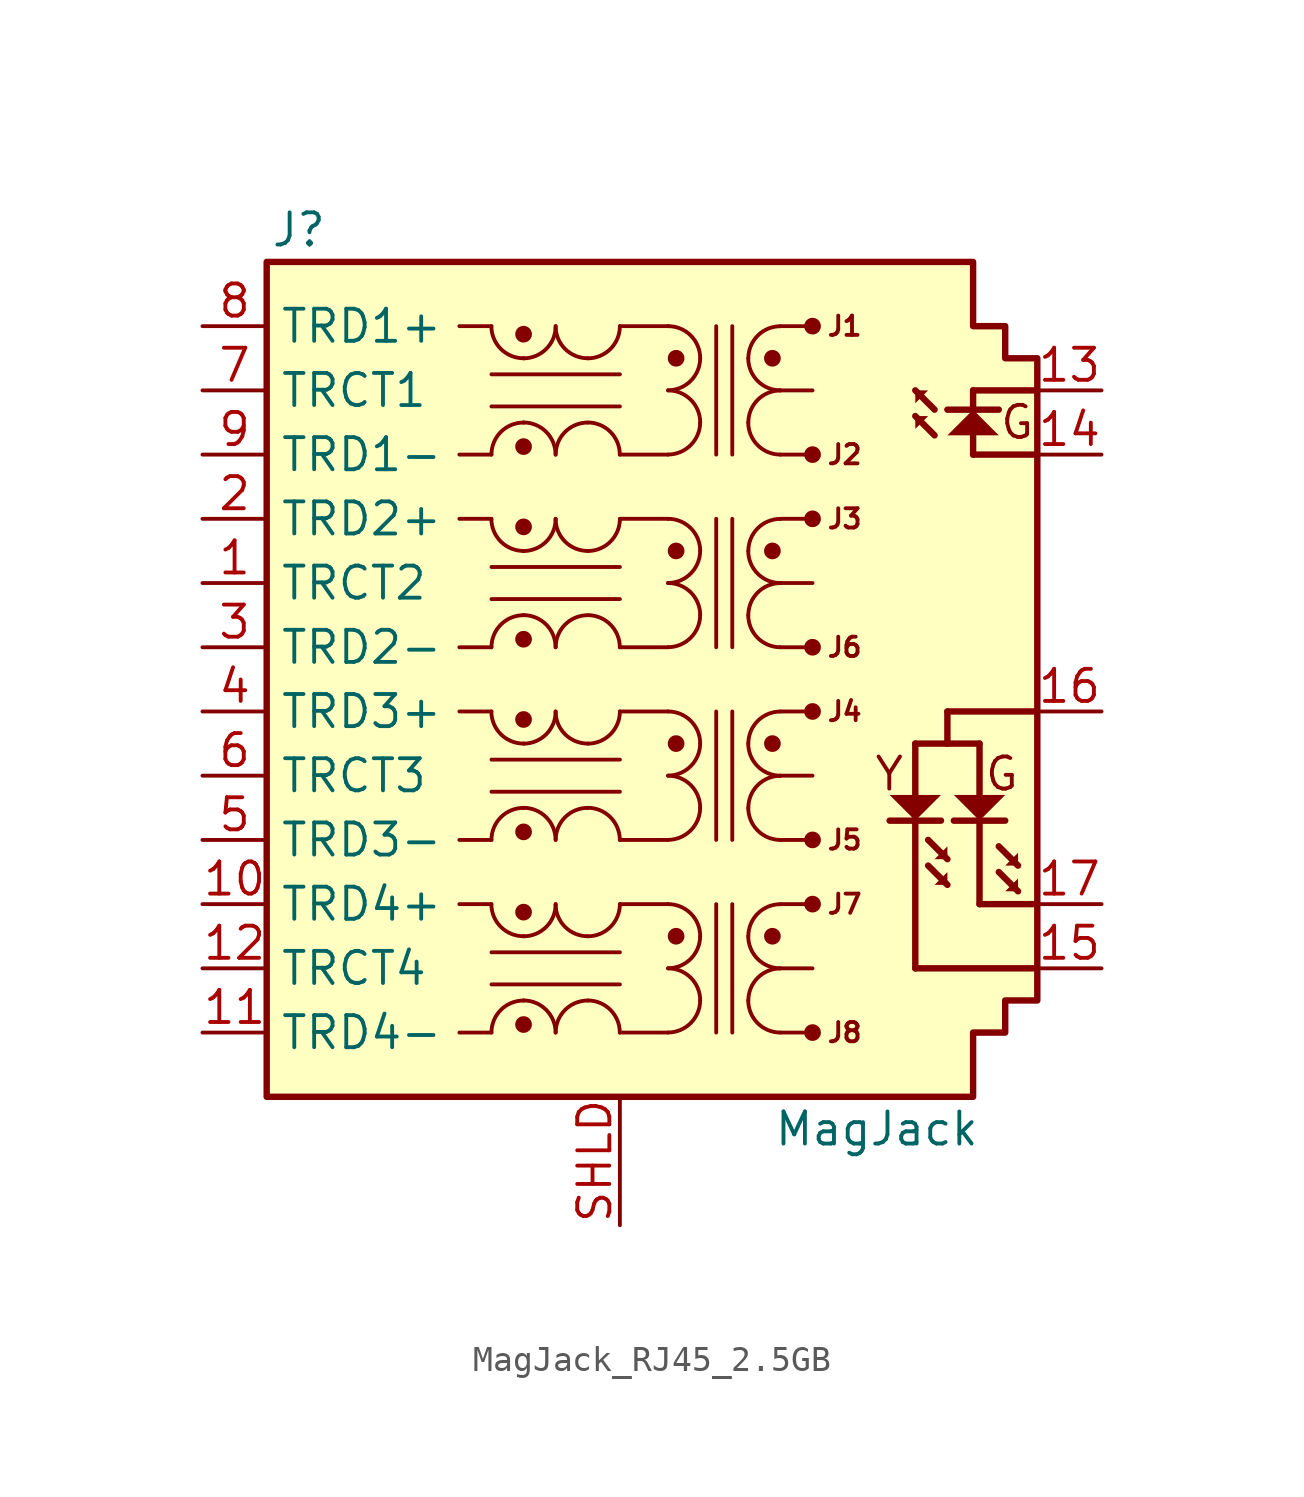
<source format=kicad_sym>
(kicad_symbol_lib
  (version 20231120)
  (generator "kicad_symbol_editor")
  (generator_version "8.0")
  (symbol "MagJack_RJ45_2.5GB"
    (property "Reference" "J"
      (at -12.7 17.78 0)
      (effects (font (size 1.27 1.27))))
    (property "Value" "MagJack"
      (at 10.16 -17.78 0)
      (effects (font (size 1.27 1.27))))
    (symbol "MagJack_RJ45_2.5GB_1_0"
      (polyline (pts (xy 11.684 -5.588) (xy 11.684 -11.43)) (stroke (width 0.254) (type solid)) (fill (type none)))
      (polyline (pts (xy 11.684 -2.54) (xy 11.684 -4.572)) (stroke (width 0.254) (type solid)) (fill (type none)))
      (polyline (pts (xy 11.684 10.414) (xy 12.446 9.652)) (stroke (width 0.254) (type solid)) (fill (type none)))
      (polyline (pts (xy 11.684 11.43) (xy 12.446 10.668)) (stroke (width 0.254) (type solid)) (fill (type none)))
      (polyline (pts (xy 12.7 -5.588) (xy 10.668 -5.588)) (stroke (width 0.254) (type solid)) (fill (type none)))
      (polyline (pts (xy 12.954 -8.128) (xy 12.192 -7.366)) (stroke (width 0.254) (type solid)) (fill (type none)))
      (polyline (pts (xy 12.954 -7.112) (xy 12.192 -6.35)) (stroke (width 0.254) (type solid)) (fill (type none)))
      (polyline (pts (xy 12.954 -1.27) (xy 12.954 -2.54)) (stroke (width 0.254) (type solid)) (fill (type none)))
      (polyline (pts (xy 12.954 -1.27) (xy 16.51 -1.27)) (stroke (width 0.254) (type solid)) (fill (type none)))
      (polyline (pts (xy 12.954 10.668) (xy 14.986 10.668)) (stroke (width 0.254) (type solid)) (fill (type none)))
      (polyline (pts (xy 13.208 -5.588) (xy 15.24 -5.588)) (stroke (width 0.254) (type solid)) (fill (type none)))
      (polyline (pts (xy 13.97 8.89) (xy 16.51 8.89)) (stroke (width 0.254) (type solid)) (fill (type none)))
      (polyline (pts (xy 13.97 9.652) (xy 13.97 8.89)) (stroke (width 0.254) (type solid)) (fill (type none)))
      (polyline (pts (xy 13.97 10.668) (xy 13.97 11.43)) (stroke (width 0.254) (type solid)) (fill (type none)))
      (polyline (pts (xy 13.97 11.43) (xy 16.51 11.43)) (stroke (width 0.254) (type solid)) (fill (type none)))
      (polyline (pts (xy 14.224 -8.89) (xy 16.51 -8.89)) (stroke (width 0.254) (type solid)) (fill (type none)))
      (polyline (pts (xy 14.224 -5.588) (xy 14.224 -8.89)) (stroke (width 0.254) (type solid)) (fill (type none)))
      (polyline (pts (xy 14.224 -4.572) (xy 14.224 -2.54)) (stroke (width 0.254) (type solid)) (fill (type none)))
      (polyline (pts (xy 14.224 -2.54) (xy 11.684 -2.54)) (stroke (width 0.254) (type solid)) (fill (type none)))
      (polyline (pts (xy 15.748 -8.382) (xy 14.986 -7.62)) (stroke (width 0.254) (type solid)) (fill (type none)))
      (polyline (pts (xy 15.748 -7.366) (xy 14.986 -6.604)) (stroke (width 0.254) (type solid)) (fill (type none)))
      (polyline (pts (xy 16.51 -11.43) (xy 11.684 -11.43)) (stroke (width 0.254) (type solid)) (fill (type none)))
      (polyline (pts (xy 11.684 -5.588) (xy 12.7 -4.572) (xy 10.668 -4.572) (xy 11.684 -5.588)) (stroke (width -0.0001) (type solid)) (fill (type outline)))
      (polyline (pts (xy 12.192 10.414) (xy 11.684 10.414) (xy 11.684 9.906) (xy 12.192 10.414)) (stroke (width -0.0001) (type solid)) (fill (type outline)))
      (polyline (pts (xy 12.192 11.43) (xy 11.684 11.43) (xy 11.684 10.922) (xy 12.192 11.43)) (stroke (width -0.0001) (type solid)) (fill (type outline)))
      (polyline (pts (xy 12.446 -8.128) (xy 12.954 -8.128) (xy 12.954 -7.62) (xy 12.446 -8.128)) (stroke (width -0.0001) (type solid)) (fill (type outline)))
      (polyline (pts (xy 12.446 -7.112) (xy 12.954 -7.112) (xy 12.954 -6.604) (xy 12.446 -7.112)) (stroke (width -0.0001) (type solid)) (fill (type outline)))
      (polyline (pts (xy 13.97 10.668) (xy 12.954 9.652) (xy 14.986 9.652) (xy 13.97 10.668)) (stroke (width -0.0001) (type solid)) (fill (type outline)))
      (polyline (pts (xy 14.224 -5.588) (xy 13.208 -4.572) (xy 15.24 -4.572) (xy 14.224 -5.588)) (stroke (width -0.0001) (type solid)) (fill (type outline)))
      (polyline (pts (xy 15.24 -8.382) (xy 15.748 -8.382) (xy 15.748 -7.874) (xy 15.24 -8.382)) (stroke (width -0.0001) (type solid)) (fill (type outline)))
      (polyline (pts (xy 15.24 -7.366) (xy 15.748 -7.366) (xy 15.748 -6.858) (xy 15.24 -7.366)) (stroke (width -0.0001) (type solid)) (fill (type outline)))
      (polyline (pts (xy -13.97 16.51) (xy 13.97 16.51) (xy 13.97 13.97) (xy 15.24 13.97) (xy 15.24 12.7) (xy 16.51 12.7) (xy 16.51 -12.7) (xy 15.24 -12.7) (xy 15.24 -13.97) (xy 13.97 -13.97) (xy 13.97 -16.51) (xy -13.97 -16.51) (xy -13.97 16.51)) (stroke (width 0.254) (type solid)) (fill (type background)))
      (text "G" (at 15.107 -3.741 0) (effects (font (size 1.27 1.27))))
      (text "G" (at 15.713 10.168 0) (effects (font (size 1.27 1.27))))
      (text "Y" (at 10.655 -3.741 0) (effects (font (size 1.27 1.27))))
      (pin passive line (at 19.05 11.43 180) (length 2.54) (name "13" (effects (font (size 0 0)))) (number "13" (effects (font (size 1.27 1.27)))))
      (pin passive line (at 19.05 8.89 180) (length 2.54) (name "14" (effects (font (size 0 0)))) (number "14" (effects (font (size 1.27 1.27)))))
      (pin passive line (at 19.05 -11.43 180) (length 2.54) (name "15" (effects (font (size 0 0)))) (number "15" (effects (font (size 1.27 1.27)))))
      (pin passive line (at 19.05 -1.27 180) (length 2.54) (name "16" (effects (font (size 0 0)))) (number "16" (effects (font (size 1.27 1.27)))))
      (pin passive line (at 19.05 -8.89 180) (length 2.54) (name "17" (effects (font (size 0 0)))) (number "17" (effects (font (size 1.27 1.27)))))
      (pin passive line (at 0 -21.59 90) (length 5.08) (name "SHLD" (effects (font (size 0 0)))) (number "SHLD" (effects (font (size 1.27 1.27))))))
    (symbol "MagJack_RJ45_2.5GB_1_1"
      (arc (start -5.08 -8.89) (mid -4.708 -9.788) (end -3.81 -10.16) (stroke (width 0) (type default)) (fill (type none)))
      (arc (start -5.08 -1.27) (mid -4.708 -2.168) (end -3.81 -2.54) (stroke (width 0) (type default)) (fill (type none)))
      (arc (start -5.08 6.35) (mid -4.708 5.452) (end -3.81 5.08) (stroke (width 0) (type default)) (fill (type none)))
      (arc (start -5.08 13.97) (mid -4.708 13.072) (end -3.81 12.7) (stroke (width 0) (type default)) (fill (type none)))
      (circle (center -3.81 -13.652) (radius 0.254) (stroke (width 0) (type default)) (fill (type outline)))
      (arc (start -3.81 -12.7) (mid -4.708 -13.072) (end -5.08 -13.97) (stroke (width 0) (type default)) (fill (type none)))
      (arc (start -3.81 -12.7) (mid -3.81 -12.7) (end -3.81 -12.7) (stroke (width 0) (type default)) (fill (type none)))
      (arc (start -3.81 -10.16) (mid -3.81 -10.16) (end -3.81 -10.16) (stroke (width 0) (type default)) (fill (type none)))
      (arc (start -3.81 -10.16) (mid -2.912 -9.788) (end -2.54 -8.89) (stroke (width 0) (type default)) (fill (type none)))
      (circle (center -3.81 -9.207) (radius 0.254) (stroke (width 0) (type default)) (fill (type outline)))
      (circle (center -3.81 -6.032) (radius 0.254) (stroke (width 0) (type default)) (fill (type outline)))
      (arc (start -3.81 -5.08) (mid -4.708 -5.452) (end -5.08 -6.35) (stroke (width 0) (type default)) (fill (type none)))
      (arc (start -3.81 -5.08) (mid -3.81 -5.08) (end -3.81 -5.08) (stroke (width 0) (type default)) (fill (type none)))
      (arc (start -3.81 -2.54) (mid -3.81 -2.54) (end -3.81 -2.54) (stroke (width 0) (type default)) (fill (type none)))
      (arc (start -3.81 -2.54) (mid -2.912 -2.168) (end -2.54 -1.27) (stroke (width 0) (type default)) (fill (type none)))
      (circle (center -3.81 -1.587) (radius 0.254) (stroke (width 0) (type default)) (fill (type outline)))
      (circle (center -3.81 1.587) (radius 0.254) (stroke (width 0) (type default)) (fill (type outline)))
      (arc (start -3.81 2.54) (mid -4.708 2.168) (end -5.08 1.27) (stroke (width 0) (type default)) (fill (type none)))
      (arc (start -3.81 2.54) (mid -3.81 2.54) (end -3.81 2.54) (stroke (width 0) (type default)) (fill (type none)))
      (arc (start -3.81 5.08) (mid -3.81 5.08) (end -3.81 5.08) (stroke (width 0) (type default)) (fill (type none)))
      (arc (start -3.81 5.08) (mid -2.912 5.452) (end -2.54 6.35) (stroke (width 0) (type default)) (fill (type none)))
      (circle (center -3.81 6.032) (radius 0.254) (stroke (width 0) (type default)) (fill (type outline)))
      (circle (center -3.81 9.207) (radius 0.254) (stroke (width 0) (type default)) (fill (type outline)))
      (arc (start -3.81 10.16) (mid -4.708 9.788) (end -5.08 8.89) (stroke (width 0) (type default)) (fill (type none)))
      (arc (start -3.81 10.16) (mid -3.81 10.16) (end -3.81 10.16) (stroke (width 0) (type default)) (fill (type none)))
      (arc (start -3.81 12.7) (mid -3.81 12.7) (end -3.81 12.7) (stroke (width 0) (type default)) (fill (type none)))
      (arc (start -3.81 12.7) (mid -2.912 13.072) (end -2.54 13.97) (stroke (width 0) (type default)) (fill (type none)))
      (circle (center -3.81 13.652) (radius 0.254) (stroke (width 0) (type default)) (fill (type outline)))
      (arc (start -2.54 -13.97) (mid -2.912 -13.072) (end -3.81 -12.7) (stroke (width 0) (type default)) (fill (type none)))
      (arc (start -2.54 -8.89) (mid -2.168 -9.788) (end -1.27 -10.16) (stroke (width 0) (type default)) (fill (type none)))
      (arc (start -2.54 -6.35) (mid -2.912 -5.452) (end -3.81 -5.08) (stroke (width 0) (type default)) (fill (type none)))
      (arc (start -2.54 -1.27) (mid -2.168 -2.168) (end -1.27 -2.54) (stroke (width 0) (type default)) (fill (type none)))
      (arc (start -2.54 1.27) (mid -2.912 2.168) (end -3.81 2.54) (stroke (width 0) (type default)) (fill (type none)))
      (arc (start -2.54 6.35) (mid -2.168 5.452) (end -1.27 5.08) (stroke (width 0) (type default)) (fill (type none)))
      (arc (start -2.54 8.89) (mid -2.912 9.788) (end -3.81 10.16) (stroke (width 0) (type default)) (fill (type none)))
      (arc (start -2.54 13.97) (mid -2.168 13.072) (end -1.27 12.7) (stroke (width 0) (type default)) (fill (type none)))
      (arc (start -1.27 -12.7) (mid -2.168 -13.072) (end -2.54 -13.97) (stroke (width 0) (type default)) (fill (type none)))
      (arc (start -1.27 -10.16) (mid -0.372 -9.788) (end 0 -8.89) (stroke (width 0) (type default)) (fill (type none)))
      (arc (start -1.27 -5.08) (mid -2.168 -5.452) (end -2.54 -6.35) (stroke (width 0) (type default)) (fill (type none)))
      (arc (start -1.27 -2.54) (mid -0.372 -2.168) (end 0 -1.27) (stroke (width 0) (type default)) (fill (type none)))
      (arc (start -1.27 2.54) (mid -2.168 2.168) (end -2.54 1.27) (stroke (width 0) (type default)) (fill (type none)))
      (arc (start -1.27 5.08) (mid -0.372 5.452) (end 0 6.35) (stroke (width 0) (type default)) (fill (type none)))
      (arc (start -1.27 10.16) (mid -2.168 9.788) (end -2.54 8.89) (stroke (width 0) (type default)) (fill (type none)))
      (arc (start -1.27 12.7) (mid -0.372 13.072) (end 0 13.97) (stroke (width 0) (type default)) (fill (type none)))
      (arc (start 0 -13.97) (mid -0.372 -13.072) (end -1.27 -12.7) (stroke (width 0) (type default)) (fill (type none)))
      (arc (start 0 -6.35) (mid -0.372 -5.452) (end -1.27 -5.08) (stroke (width 0) (type default)) (fill (type none)))
      (polyline (pts (xy -5.08 -13.97) (xy -6.35 -13.97)) (stroke (width 0) (type default)) (fill (type none)))
      (polyline (pts (xy -5.08 -12.065) (xy 0 -12.065)) (stroke (width 0) (type default)) (fill (type none)))
      (polyline (pts (xy -5.08 -10.795) (xy 0 -10.795)) (stroke (width 0) (type default)) (fill (type none)))
      (polyline (pts (xy -5.08 -8.89) (xy -6.35 -8.89)) (stroke (width 0) (type default)) (fill (type none)))
      (polyline (pts (xy -5.08 -6.35) (xy -6.35 -6.35)) (stroke (width 0) (type default)) (fill (type none)))
      (polyline (pts (xy -5.08 -4.445) (xy 0 -4.445)) (stroke (width 0) (type default)) (fill (type none)))
      (polyline (pts (xy -5.08 -3.175) (xy 0 -3.175)) (stroke (width 0) (type default)) (fill (type none)))
      (polyline (pts (xy -5.08 -1.27) (xy -6.35 -1.27)) (stroke (width 0) (type default)) (fill (type none)))
      (polyline (pts (xy -5.08 1.27) (xy -6.35 1.27)) (stroke (width 0) (type default)) (fill (type none)))
      (polyline (pts (xy -5.08 3.175) (xy 0 3.175)) (stroke (width 0) (type default)) (fill (type none)))
      (polyline (pts (xy -5.08 4.445) (xy 0 4.445)) (stroke (width 0) (type default)) (fill (type none)))
      (polyline (pts (xy -5.08 6.35) (xy -6.35 6.35)) (stroke (width 0) (type default)) (fill (type none)))
      (polyline (pts (xy -5.08 8.89) (xy -6.35 8.89)) (stroke (width 0) (type default)) (fill (type none)))
      (polyline (pts (xy -5.08 10.795) (xy 0 10.795)) (stroke (width 0) (type default)) (fill (type none)))
      (polyline (pts (xy -5.08 12.065) (xy 0 12.065)) (stroke (width 0) (type default)) (fill (type none)))
      (polyline (pts (xy -5.08 13.97) (xy -6.35 13.97)) (stroke (width 0) (type default)) (fill (type none)))
      (polyline (pts (xy 1.905 -13.97) (xy 0 -13.97)) (stroke (width 0) (type default)) (fill (type none)))
      (polyline (pts (xy 1.905 -8.89) (xy 0 -8.89)) (stroke (width 0) (type default)) (fill (type none)))
      (polyline (pts (xy 1.905 -6.35) (xy 0 -6.35)) (stroke (width 0) (type default)) (fill (type none)))
      (polyline (pts (xy 1.905 -1.27) (xy 0 -1.27)) (stroke (width 0) (type default)) (fill (type none)))
      (polyline (pts (xy 1.905 1.27) (xy 0 1.27)) (stroke (width 0) (type default)) (fill (type none)))
      (polyline (pts (xy 1.905 6.35) (xy 0 6.35)) (stroke (width 0) (type default)) (fill (type none)))
      (polyline (pts (xy 1.905 8.89) (xy 0 8.89)) (stroke (width 0) (type default)) (fill (type none)))
      (polyline (pts (xy 1.905 13.97) (xy 0 13.97)) (stroke (width 0) (type default)) (fill (type none)))
      (polyline (pts (xy 3.81 -8.89) (xy 3.81 -13.97)) (stroke (width 0) (type default)) (fill (type none)))
      (polyline (pts (xy 3.81 -1.27) (xy 3.81 -6.35)) (stroke (width 0) (type default)) (fill (type none)))
      (polyline (pts (xy 3.81 6.35) (xy 3.81 1.27)) (stroke (width 0) (type default)) (fill (type none)))
      (polyline (pts (xy 3.81 13.97) (xy 3.81 8.89)) (stroke (width 0) (type default)) (fill (type none)))
      (polyline (pts (xy 4.445 -8.89) (xy 4.445 -13.97)) (stroke (width 0) (type default)) (fill (type none)))
      (polyline (pts (xy 4.445 -1.27) (xy 4.445 -6.35)) (stroke (width 0) (type default)) (fill (type none)))
      (polyline (pts (xy 4.445 6.35) (xy 4.445 1.27)) (stroke (width 0) (type default)) (fill (type none)))
      (polyline (pts (xy 4.445 13.97) (xy 4.445 8.89)) (stroke (width 0) (type default)) (fill (type none)))
      (polyline (pts (xy 6.35 -13.97) (xy 7.62 -13.97)) (stroke (width 0) (type default)) (fill (type none)))
      (polyline (pts (xy 6.35 -11.43) (xy 7.62 -11.43)) (stroke (width 0) (type default)) (fill (type none)))
      (polyline (pts (xy 6.35 -6.35) (xy 7.62 -6.35)) (stroke (width 0) (type default)) (fill (type none)))
      (polyline (pts (xy 6.35 -3.81) (xy 7.62 -3.81)) (stroke (width 0) (type default)) (fill (type none)))
      (polyline (pts (xy 6.35 1.27) (xy 7.62 1.27)) (stroke (width 0) (type default)) (fill (type none)))
      (polyline (pts (xy 6.35 3.81) (xy 7.62 3.81)) (stroke (width 0) (type default)) (fill (type none)))
      (polyline (pts (xy 6.35 8.89) (xy 7.62 8.89)) (stroke (width 0) (type default)) (fill (type none)))
      (polyline (pts (xy 6.35 11.43) (xy 7.62 11.43)) (stroke (width 0) (type default)) (fill (type none)))
      (polyline (pts (xy 7.62 -8.89) (xy 6.35 -8.89)) (stroke (width 0) (type default)) (fill (type none)))
      (polyline (pts (xy 7.62 -1.27) (xy 6.35 -1.27)) (stroke (width 0) (type default)) (fill (type none)))
      (polyline (pts (xy 7.62 6.35) (xy 6.35 6.35)) (stroke (width 0) (type default)) (fill (type none)))
      (polyline (pts (xy 7.62 13.97) (xy 6.35 13.97)) (stroke (width 0) (type default)) (fill (type none)))
      (arc (start 0 1.27) (mid -0.372 2.168) (end -1.27 2.54) (stroke (width 0) (type default)) (fill (type none)))
      (arc (start 0 8.89) (mid -0.372 9.788) (end -1.27 10.16) (stroke (width 0) (type default)) (fill (type none)))
      (arc (start 1.905 -13.97) (mid 2.8006 -13.5956) (end 3.175 -12.7) (stroke (width 0) (type default)) (fill (type none)))
      (arc (start 1.905 -11.43) (mid 2.8006 -11.0556) (end 3.175 -10.16) (stroke (width 0) (type default)) (fill (type none)))
      (arc (start 1.905 -6.35) (mid 2.8006 -5.9756) (end 3.175 -5.08) (stroke (width 0) (type default)) (fill (type none)))
      (arc (start 1.905 -3.81) (mid 2.8006 -3.4356) (end 3.175 -2.54) (stroke (width 0) (type default)) (fill (type none)))
      (arc (start 1.905 1.27) (mid 2.7998 1.6437) (end 3.175 2.54) (stroke (width 0) (type default)) (fill (type none)))
      (arc (start 1.905 3.81) (mid 2.7998 4.1837) (end 3.175 5.08) (stroke (width 0) (type default)) (fill (type none)))
      (arc (start 1.905 8.89) (mid 2.7998 9.2637) (end 3.175 10.16) (stroke (width 0) (type default)) (fill (type none)))
      (arc (start 1.905 11.43) (mid 2.7998 11.8037) (end 3.175 12.7) (stroke (width 0) (type default)) (fill (type none)))
      (circle (center 2.223 -10.16) (radius 0.254) (stroke (width 0) (type default)) (fill (type outline)))
      (circle (center 2.223 -2.54) (radius 0.254) (stroke (width 0) (type default)) (fill (type outline)))
      (circle (center 2.223 5.08) (radius 0.254) (stroke (width 0) (type default)) (fill (type outline)))
      (circle (center 2.223 12.7) (radius 0.254) (stroke (width 0) (type default)) (fill (type outline)))
      (arc (start 3.175 -12.7) (mid 2.8041 -11.8009) (end 1.905 -11.43) (stroke (width 0) (type default)) (fill (type none)))
      (arc (start 3.175 -10.16) (mid 2.8041 -9.2609) (end 1.905 -8.89) (stroke (width 0) (type default)) (fill (type none)))
      (arc (start 3.175 -5.08) (mid 2.8041 -4.1809) (end 1.905 -3.81) (stroke (width 0) (type default)) (fill (type none)))
      (arc (start 3.175 -2.54) (mid 2.8041 -1.6409) (end 1.905 -1.27) (stroke (width 0) (type default)) (fill (type none)))
      (arc (start 3.175 2.54) (mid 2.8033 3.4398) (end 1.905 3.81) (stroke (width 0) (type default)) (fill (type none)))
      (arc (start 3.175 5.08) (mid 2.8033 5.9798) (end 1.905 6.35) (stroke (width 0) (type default)) (fill (type none)))
      (arc (start 3.175 10.16) (mid 2.8033 11.0598) (end 1.905 11.43) (stroke (width 0) (type default)) (fill (type none)))
      (arc (start 3.175 12.7) (mid 2.8033 13.5998) (end 1.905 13.97) (stroke (width 0) (type default)) (fill (type none)))
      (arc (start 5.08 -12.7) (mid 5.452 -13.598) (end 6.35 -13.97) (stroke (width 0) (type default)) (fill (type none)))
      (arc (start 5.08 -10.16) (mid 5.452 -11.058) (end 6.35 -11.43) (stroke (width 0) (type default)) (fill (type none)))
      (arc (start 5.08 -5.08) (mid 5.452 -5.978) (end 6.35 -6.35) (stroke (width 0) (type default)) (fill (type none)))
      (arc (start 5.08 -2.54) (mid 5.452 -3.438) (end 6.35 -3.81) (stroke (width 0) (type default)) (fill (type none)))
      (arc (start 5.08 2.54) (mid 5.452 1.642) (end 6.35 1.27) (stroke (width 0) (type default)) (fill (type none)))
      (arc (start 5.08 5.08) (mid 5.452 4.182) (end 6.35 3.81) (stroke (width 0) (type default)) (fill (type none)))
      (arc (start 5.08 10.16) (mid 5.452 9.262) (end 6.35 8.89) (stroke (width 0) (type default)) (fill (type none)))
      (arc (start 5.08 12.7) (mid 5.452 11.802) (end 6.35 11.43) (stroke (width 0) (type default)) (fill (type none)))
      (circle (center 6.032 -10.16) (radius 0.254) (stroke (width 0) (type default)) (fill (type outline)))
      (circle (center 6.032 -2.54) (radius 0.254) (stroke (width 0) (type default)) (fill (type outline)))
      (circle (center 6.032 5.08) (radius 0.254) (stroke (width 0) (type default)) (fill (type outline)))
      (circle (center 6.032 12.7) (radius 0.254) (stroke (width 0) (type default)) (fill (type outline)))
      (arc (start 6.35 -11.43) (mid 5.452 -11.802) (end 5.08 -12.7) (stroke (width 0) (type default)) (fill (type none)))
      (arc (start 6.35 -8.89) (mid 5.452 -9.262) (end 5.08 -10.16) (stroke (width 0) (type default)) (fill (type none)))
      (arc (start 6.35 -3.81) (mid 5.452 -4.182) (end 5.08 -5.08) (stroke (width 0) (type default)) (fill (type none)))
      (arc (start 6.35 -1.27) (mid 5.452 -1.642) (end 5.08 -2.54) (stroke (width 0) (type default)) (fill (type none)))
      (arc (start 6.35 3.81) (mid 5.452 3.438) (end 5.08 2.54) (stroke (width 0) (type default)) (fill (type none)))
      (arc (start 6.35 6.35) (mid 5.452 5.978) (end 5.08 5.08) (stroke (width 0) (type default)) (fill (type none)))
      (arc (start 6.35 11.43) (mid 5.452 11.058) (end 5.08 10.16) (stroke (width 0) (type default)) (fill (type none)))
      (arc (start 6.35 13.97) (mid 5.452 13.598) (end 5.08 12.7) (stroke (width 0) (type default)) (fill (type none)))
      (circle (center 7.62 -13.97) (radius 0.254) (stroke (width 0) (type default)) (fill (type outline)))
      (circle (center 7.62 -8.89) (radius 0.254) (stroke (width 0) (type default)) (fill (type outline)))
      (circle (center 7.62 -6.35) (radius 0.254) (stroke (width 0) (type default)) (fill (type outline)))
      (circle (center 7.62 -1.27) (radius 0.254) (stroke (width 0) (type default)) (fill (type outline)))
      (circle (center 7.62 1.27) (radius 0.254) (stroke (width 0) (type default)) (fill (type outline)))
      (circle (center 7.62 6.35) (radius 0.254) (stroke (width 0) (type default)) (fill (type outline)))
      (circle (center 7.62 8.89) (radius 0.254) (stroke (width 0) (type default)) (fill (type outline)))
      (circle (center 7.62 13.97) (radius 0.254) (stroke (width 0) (type default)) (fill (type outline)))
      (text "J1" (at 8.89 13.97 0) (effects (font (size 0.762 0.762))))
      (text "J2" (at 8.89 8.89 0) (effects (font (size 0.762 0.762))))
      (text "J3" (at 8.89 6.35 0) (effects (font (size 0.762 0.762))))
      (text "J4" (at 8.89 -1.27 0) (effects (font (size 0.762 0.762))))
      (text "J5" (at 8.89 -6.35 0) (effects (font (size 0.762 0.762))))
      (text "J6" (at 8.89 1.27 0) (effects (font (size 0.762 0.762))))
      (text "J7" (at 8.89 -8.89 0) (effects (font (size 0.762 0.762))))
      (text "J8" (at 8.89 -13.97 0) (effects (font (size 0.762 0.762))))
      (pin passive line (at -16.51 3.81 0) (length 2.54) (name "TRCT2" (effects (font (size 1.27 1.27)))) (number "1" (effects (font (size 1.27 1.27)))))
      (pin passive line (at -16.51 -8.89 0) (length 2.54) (name "TRD4+" (effects (font (size 1.27 1.27)))) (number "10" (effects (font (size 1.27 1.27)))))
      (pin passive line (at -16.51 -13.97 0) (length 2.54) (name "TRD4-" (effects (font (size 1.27 1.27)))) (number "11" (effects (font (size 1.27 1.27)))))
      (pin passive line (at -16.51 -11.43 0) (length 2.54) (name "TRCT4" (effects (font (size 1.27 1.27)))) (number "12" (effects (font (size 1.27 1.27)))))
      (pin passive line (at -16.51 6.35 0) (length 2.54) (name "TRD2+" (effects (font (size 1.27 1.27)))) (number "2" (effects (font (size 1.27 1.27)))))
      (pin passive line (at -16.51 1.27 0) (length 2.54) (name "TRD2-" (effects (font (size 1.27 1.27)))) (number "3" (effects (font (size 1.27 1.27)))))
      (pin passive line (at -16.51 -1.27 0) (length 2.54) (name "TRD3+" (effects (font (size 1.27 1.27)))) (number "4" (effects (font (size 1.27 1.27)))))
      (pin passive line (at -16.51 -6.35 0) (length 2.54) (name "TRD3-" (effects (font (size 1.27 1.27)))) (number "5" (effects (font (size 1.27 1.27)))))
      (pin passive line (at -16.51 -3.81 0) (length 2.54) (name "TRCT3" (effects (font (size 1.27 1.27)))) (number "6" (effects (font (size 1.27 1.27)))))
      (pin passive line (at -16.51 11.43 0) (length 2.54) (name "TRCT1" (effects (font (size 1.27 1.27)))) (number "7" (effects (font (size 1.27 1.27)))))
      (pin passive line (at -16.51 13.97 0) (length 2.54) (name "TRD1+" (effects (font (size 1.27 1.27)))) (number "8" (effects (font (size 1.27 1.27)))))
      (pin passive line (at -16.51 8.89 0) (length 2.54) (name "TRD1-" (effects (font (size 1.27 1.27)))) (number "9" (effects (font (size 1.27 1.27))))))))
</source>
